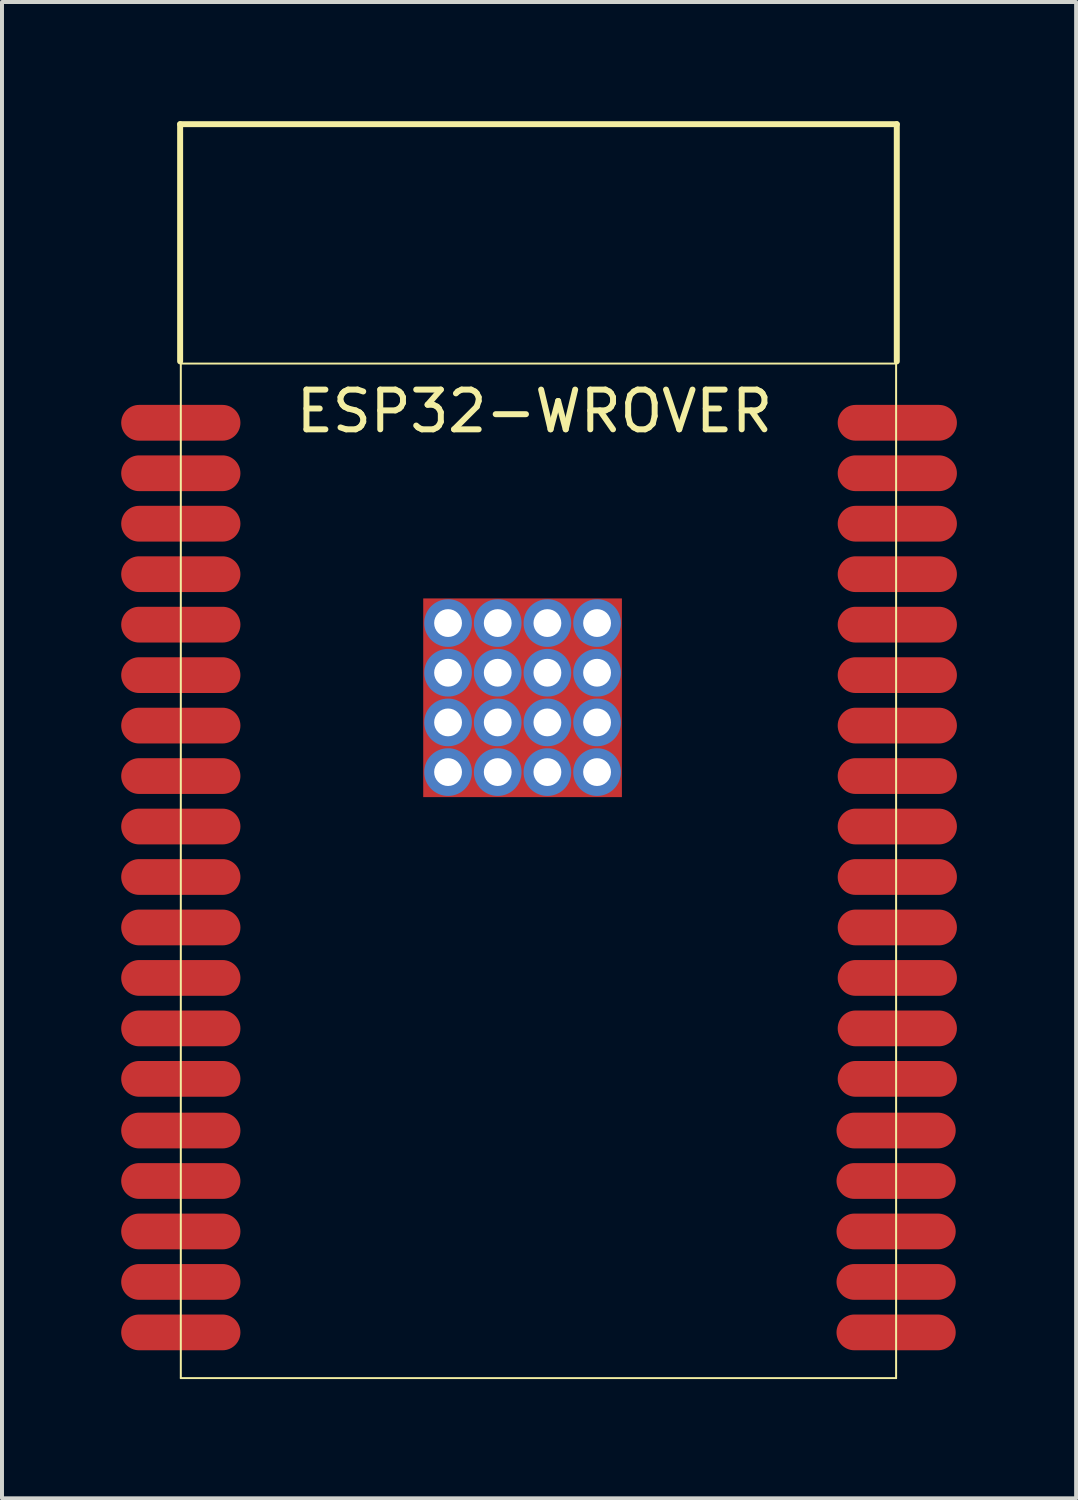
<source format=kicad_pcb>
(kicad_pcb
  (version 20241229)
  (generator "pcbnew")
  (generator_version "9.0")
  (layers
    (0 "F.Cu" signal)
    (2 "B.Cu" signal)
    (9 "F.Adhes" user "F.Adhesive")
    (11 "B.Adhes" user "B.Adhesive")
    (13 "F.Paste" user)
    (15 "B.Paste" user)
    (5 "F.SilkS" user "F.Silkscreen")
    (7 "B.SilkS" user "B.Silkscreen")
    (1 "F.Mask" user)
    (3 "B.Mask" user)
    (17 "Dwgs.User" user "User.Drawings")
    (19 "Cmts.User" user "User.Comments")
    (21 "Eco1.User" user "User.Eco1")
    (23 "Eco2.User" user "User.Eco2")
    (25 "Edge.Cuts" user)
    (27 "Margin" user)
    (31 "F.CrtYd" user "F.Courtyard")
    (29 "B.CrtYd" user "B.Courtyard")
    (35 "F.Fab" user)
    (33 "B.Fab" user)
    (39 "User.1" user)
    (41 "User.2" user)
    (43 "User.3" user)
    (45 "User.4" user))
  (footprint "ESP32-WROVER"
    (layer "F.Cu")
    (at 10.5 6.679)
    (property "Reference" "ESP32-WROVER" (at -0.1 0.62 0) (layer "F.SilkS") (effects (font (size 1 1) (thickness 0.15))))
    (attr smd)
    (fp_line (start -9.017 -0.635) (end -9.017 -6.604) (stroke (width 0.15) (type solid)) (layer "F.SilkS"))
    (fp_line (start -9 -0.58) (end 9 -0.58) (stroke (width 0.05) (type solid)) (layer "F.SilkS"))
    (fp_line (start -9 24.95) (end -9 -0.58) (stroke (width 0.05) (type solid)) (layer "F.SilkS"))
    (fp_line (start 9 -0.58) (end 9 24.95) (stroke (width 0.05) (type solid)) (layer "F.SilkS"))
    (fp_line (start 9 24.95) (end -9 24.95) (stroke (width 0.05) (type solid)) (layer "F.SilkS"))
    (fp_line (start 9.017 -6.604) (end -9.017 -6.604) (stroke (width 0.15) (type solid)) (layer "F.SilkS"))
    (fp_line (start 9.017 -0.635) (end 9.017 -6.604) (stroke (width 0.15) (type solid)) (layer "F.SilkS"))
    (pad "1" smd oval (at -9 0.91) (size 3 0.9) (layers "F.Cu" "F.Mask" "F.Paste"))
    (pad "2" smd oval (at -9 2.18) (size 3 0.9) (layers "F.Cu" "F.Mask" "F.Paste"))
    (pad "3" smd oval (at -9 3.45) (size 3 0.9) (layers "F.Cu" "F.Mask" "F.Paste"))
    (pad "4" smd oval (at -9 4.72) (size 3 0.9) (layers "F.Cu" "F.Mask" "F.Paste"))
    (pad "5" smd oval (at -9 5.99) (size 3 0.9) (layers "F.Cu" "F.Mask" "F.Paste"))
    (pad "6" smd oval (at -9 7.26) (size 3 0.9) (layers "F.Cu" "F.Mask" "F.Paste"))
    (pad "7" smd oval (at -9 8.53) (size 3 0.9) (layers "F.Cu" "F.Mask" "F.Paste"))
    (pad "8" smd oval (at -9 9.8) (size 3 0.9) (layers "F.Cu" "F.Mask" "F.Paste"))
    (pad "9" smd oval (at -9 11.07) (size 3 0.9) (layers "F.Cu" "F.Mask" "F.Paste"))
    (pad "10" smd oval (at -9 12.34) (size 3 0.9) (layers "F.Cu" "F.Mask" "F.Paste"))
    (pad "11" smd oval (at -9 13.61) (size 3 0.9) (layers "F.Cu" "F.Mask" "F.Paste"))
    (pad "12" smd oval (at -9 14.88) (size 3 0.9) (layers "F.Cu" "F.Mask" "F.Paste"))
    (pad "13" smd oval (at -9 16.15) (size 3 0.9) (layers "F.Cu" "F.Mask" "F.Paste"))
    (pad "14" smd oval (at -9 17.42) (size 3 0.9) (layers "F.Cu" "F.Mask" "F.Paste"))
    (pad "15" smd oval (at -9 18.72) (size 3 0.9) (layers "F.Cu" "F.Mask" "F.Paste"))
    (pad "16" smd oval (at -9 19.99) (size 3 0.9) (layers "F.Cu" "F.Mask" "F.Paste"))
    (pad "17" smd oval (at -9 21.26) (size 3 0.9) (layers "F.Cu" "F.Mask" "F.Paste"))
    (pad "18" smd oval (at -9 22.53) (size 3 0.9) (layers "F.Cu" "F.Mask" "F.Paste"))
    (pad "19" smd oval (at -9 23.8) (size 3 0.9) (layers "F.Cu" "F.Mask" "F.Paste"))
    (pad "20" smd oval (at 9 23.8) (size 3 0.9) (layers "F.Cu" "F.Mask" "F.Paste"))
    (pad "21" smd oval (at 9 22.53) (size 3 0.9) (layers "F.Cu" "F.Mask" "F.Paste"))
    (pad "22" smd oval (at 9 21.26) (size 3 0.9) (layers "F.Cu" "F.Mask" "F.Paste"))
    (pad "23" smd oval (at 9 19.99) (size 3 0.9) (layers "F.Cu" "F.Mask" "F.Paste"))
    (pad "24" smd oval (at 9 18.72) (size 3 0.9) (layers "F.Cu" "F.Mask" "F.Paste"))
    (pad "25" smd oval (at 9.03 17.42) (size 3 0.9) (layers "F.Cu" "F.Mask" "F.Paste"))
    (pad "26" smd oval (at 9.03 16.15) (size 3 0.9) (layers "F.Cu" "F.Mask" "F.Paste"))
    (pad "27" smd oval (at 9.03 14.88) (size 3 0.9) (layers "F.Cu" "F.Mask" "F.Paste"))
    (pad "28" smd oval (at 9.03 13.61) (size 3 0.9) (layers "F.Cu" "F.Mask" "F.Paste"))
    (pad "29" smd oval (at 9.03 12.34) (size 3 0.9) (layers "F.Cu" "F.Mask" "F.Paste"))
    (pad "30" smd oval (at 9.03 11.07) (size 3 0.9) (layers "F.Cu" "F.Mask" "F.Paste"))
    (pad "31" smd oval (at 9.03 9.8) (size 3 0.9) (layers "F.Cu" "F.Mask" "F.Paste"))
    (pad "32" smd oval (at 9.03 8.53) (size 3 0.9) (layers "F.Cu" "F.Mask" "F.Paste"))
    (pad "33" smd oval (at 9.03 7.26) (size 3 0.9) (layers "F.Cu" "F.Mask" "F.Paste"))
    (pad "34" smd oval (at 9.03 5.99) (size 3 0.9) (layers "F.Cu" "F.Mask" "F.Paste"))
    (pad "35" smd oval (at 9.03 4.72) (size 3 0.9) (layers "F.Cu" "F.Mask" "F.Paste"))
    (pad "36" smd oval (at 9.03 3.45) (size 3 0.9) (layers "F.Cu" "F.Mask" "F.Paste"))
    (pad "37" smd oval (at 9.03 2.18) (size 3 0.9) (layers "F.Cu" "F.Mask" "F.Paste"))
    (pad "38" smd oval (at 9.03 0.91) (size 3 0.9) (layers "F.Cu" "F.Mask" "F.Paste"))
    (pad "39" thru_hole circle (at -2.275 5.95) (size 1.2 1.2) (drill 0.7) (layers "*.Cu" "*.Mask"))
    (pad "39" thru_hole circle (at -2.275 7.2) (size 1.2 1.2) (drill 0.7) (layers "*.Cu" "*.Mask"))
    (pad "39" thru_hole circle (at -2.275 8.45) (size 1.2 1.2) (drill 0.7) (layers "*.Cu" "*.Mask"))
    (pad "39" thru_hole circle (at -2.275 9.7) (size 1.2 1.2) (drill 0.7) (layers "*.Cu" "*.Mask"))
    (pad "39" thru_hole circle (at -1.025 5.95) (size 1.2 1.2) (drill 0.7) (layers "*.Cu" "*.Mask"))
    (pad "39" thru_hole circle (at -1.025 7.2) (size 1.2 1.2) (drill 0.7) (layers "*.Cu" "*.Mask"))
    (pad "39" thru_hole circle (at -1.025 8.45) (size 1.2 1.2) (drill 0.7) (layers "*.Cu" "*.Mask"))
    (pad "39" thru_hole circle (at -1.025 9.7) (size 1.2 1.2) (drill 0.7) (layers "*.Cu" "*.Mask"))
    (pad "39" smd rect (at -0.4 7.83) (size 5 5) (layers "F.Cu" "F.Mask" "F.Paste"))
    (pad "39" thru_hole circle (at 0.225 5.95) (size 1.2 1.2) (drill 0.7) (layers "*.Cu" "*.Mask"))
    (pad "39" thru_hole circle (at 0.225 7.2) (size 1.2 1.2) (drill 0.7) (layers "*.Cu" "*.Mask"))
    (pad "39" thru_hole circle (at 0.225 8.45) (size 1.2 1.2) (drill 0.7) (layers "*.Cu" "*.Mask"))
    (pad "39" thru_hole circle (at 0.225 9.7) (size 1.2 1.2) (drill 0.7) (layers "*.Cu" "*.Mask"))
    (pad "39" thru_hole circle (at 1.475 5.95) (size 1.2 1.2) (drill 0.7) (layers "*.Cu" "*.Mask"))
    (pad "39" thru_hole circle (at 1.475 7.2) (size 1.2 1.2) (drill 0.7) (layers "*.Cu" "*.Mask"))
    (pad "39" thru_hole circle (at 1.475 8.45) (size 1.2 1.2) (drill 0.7) (layers "*.Cu" "*.Mask"))
    (pad "39" thru_hole circle (at 1.475 9.7) (size 1.2 1.2) (drill 0.7) (layers "*.Cu" "*.Mask")))
  (gr_rect
    (start -3 -3)
    (end 24.03 34.654)
    (stroke (width 0.1) (type default))
    (fill no)
    (layer "Edge.Cuts")))
</source>
